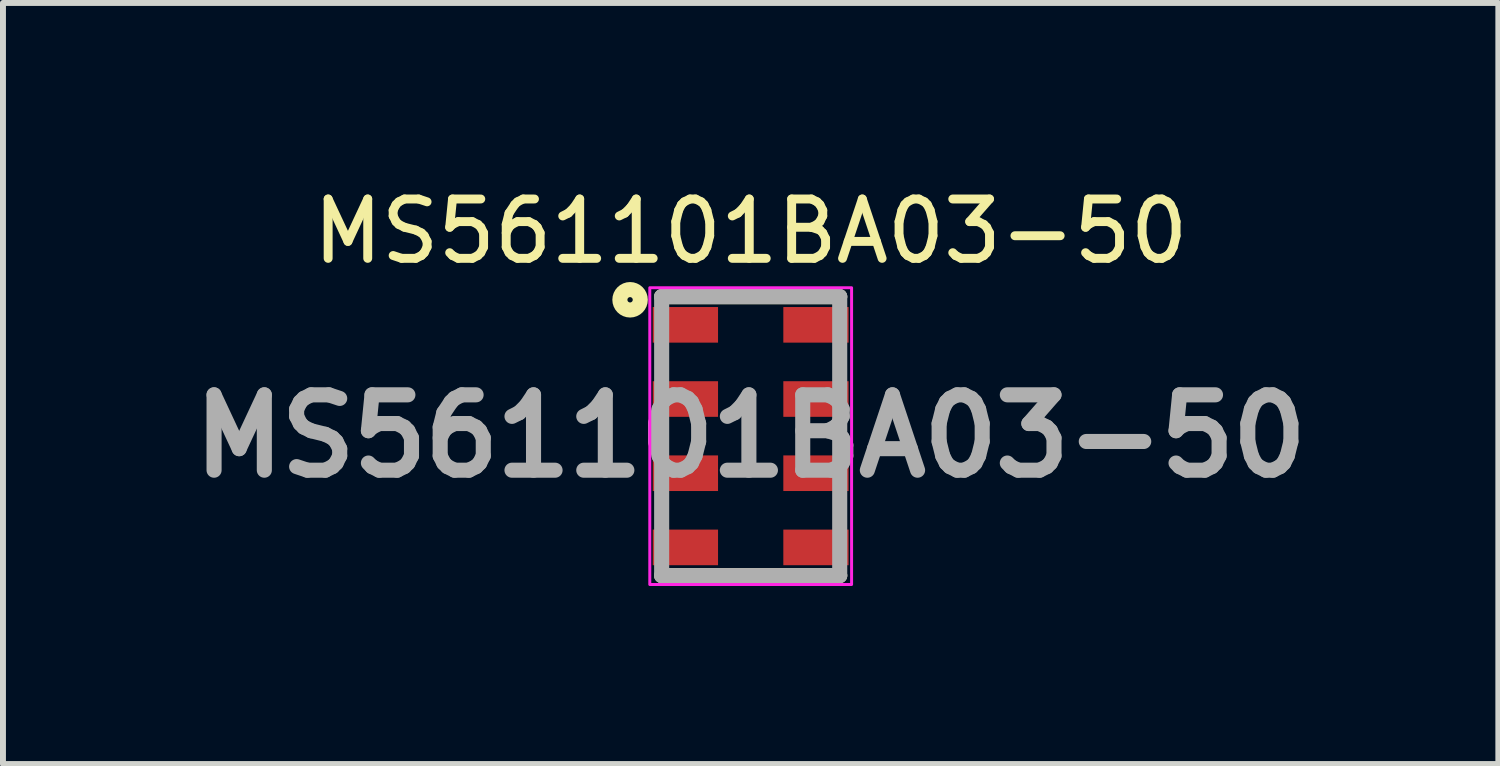
<source format=kicad_pcb>
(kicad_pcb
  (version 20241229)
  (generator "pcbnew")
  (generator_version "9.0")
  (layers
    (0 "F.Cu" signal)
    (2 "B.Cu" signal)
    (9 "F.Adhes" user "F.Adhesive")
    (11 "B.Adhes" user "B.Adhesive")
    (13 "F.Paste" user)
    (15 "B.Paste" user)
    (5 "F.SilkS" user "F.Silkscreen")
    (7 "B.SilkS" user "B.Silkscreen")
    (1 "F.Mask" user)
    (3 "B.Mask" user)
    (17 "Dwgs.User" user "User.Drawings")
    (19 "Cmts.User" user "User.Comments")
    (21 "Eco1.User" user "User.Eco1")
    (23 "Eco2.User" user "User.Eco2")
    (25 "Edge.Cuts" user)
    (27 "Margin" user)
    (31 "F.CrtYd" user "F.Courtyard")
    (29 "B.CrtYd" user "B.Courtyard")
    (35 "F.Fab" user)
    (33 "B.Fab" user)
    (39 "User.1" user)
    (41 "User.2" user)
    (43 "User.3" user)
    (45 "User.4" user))
  (footprint "MS561101BA03-50"
    (layer "F.Cu")
    (at 9.598 4.298)
    (property "Reference" "MS561101BA03-50" (at 0 -3.45 0) (layer "F.SilkS") (effects (font (size 1 1) (thickness 0.15))))
    (attr smd)
    (fp_line (start -1.5 -2.35) (end 1.5 -2.35) (stroke (width 0.254) (type solid)) (layer "F.SilkS"))
    (fp_line (start -1.5 2.35) (end 1.5 2.35) (stroke (width 0.254) (type solid)) (layer "F.SilkS"))
    (fp_circle (center -2.032 -2.297) (end -2.032 -2.252) (stroke (width 0.254) (type solid)) (fill no) (layer "F.SilkS"))
    (fp_rect (start -1.7 -2.5) (end 1.7 2.5) (stroke (width 0.05) (type default)) (fill no) (layer "F.CrtYd"))
    (fp_line (start -1.5 -2.35) (end 1.5 -2.35) (stroke (width 0.254) (type solid)) (layer "F.Fab"))
    (fp_line (start -1.5 2.35) (end -1.5 -2.35) (stroke (width 0.254) (type solid)) (layer "F.Fab"))
    (fp_line (start 1.5 -2.35) (end 1.5 2.35) (stroke (width 0.254) (type solid)) (layer "F.Fab"))
    (fp_line (start 1.5 2.35) (end -1.5 2.35) (stroke (width 0.254) (type solid)) (layer "F.Fab"))
    (fp_text user "${REFERENCE}" (at 0 0 0) (layer "F.Fab") (effects (font (size 1.27 1.27) (thickness 0.254))))
    (pad "1" smd rect (at -1.1 -1.875 90) (size 0.6 1.1) (layers "F.Cu" "F.Mask" "F.Paste"))
    (pad "2" smd rect (at -1.1 -0.625 90) (size 0.6 1.1) (layers "F.Cu" "F.Mask" "F.Paste"))
    (pad "3" smd rect (at -1.1 0.625 90) (size 0.6 1.1) (layers "F.Cu" "F.Mask" "F.Paste"))
    (pad "4" smd rect (at -1.1 1.875 90) (size 0.6 1.1) (layers "F.Cu" "F.Mask" "F.Paste"))
    (pad "5" smd rect (at 1.1 1.875 90) (size 0.6 1.1) (layers "F.Cu" "F.Mask" "F.Paste"))
    (pad "6" smd rect (at 1.1 0.625 90) (size 0.6 1.1) (layers "F.Cu" "F.Mask" "F.Paste"))
    (pad "7" smd rect (at 1.1 -0.625 90) (size 0.6 1.1) (layers "F.Cu" "F.Mask" "F.Paste"))
    (pad "8" smd rect (at 1.1 -1.875 90) (size 0.6 1.1) (layers "F.Cu" "F.Mask" "F.Paste")))
  (gr_rect
    (start -3 -3)
    (end 22.195 9.823)
    (stroke (width 0.1) (type default))
    (fill no)
    (layer "Edge.Cuts")))
</source>
